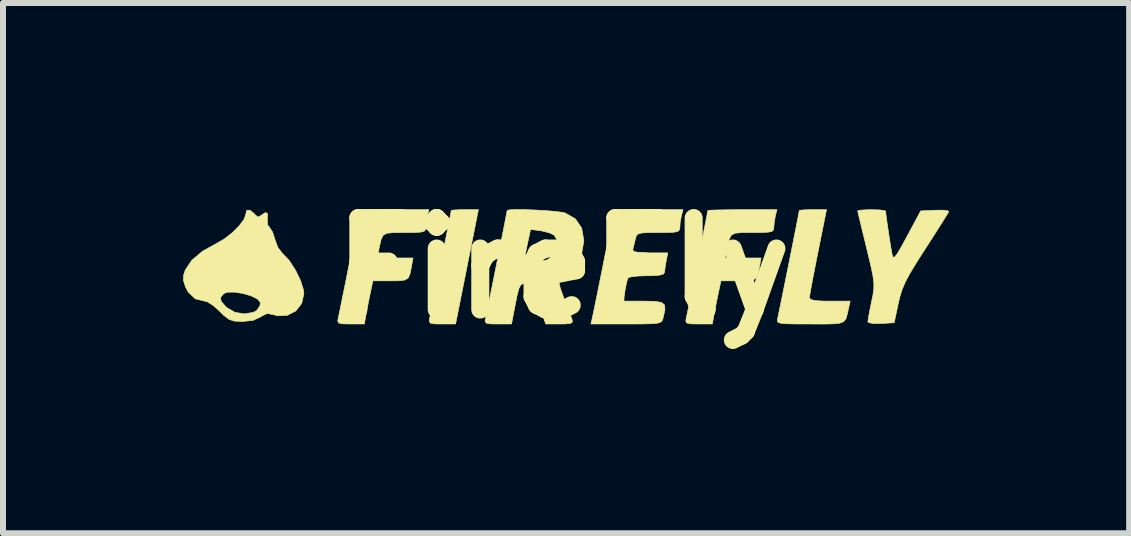
<source format=kicad_pcb>
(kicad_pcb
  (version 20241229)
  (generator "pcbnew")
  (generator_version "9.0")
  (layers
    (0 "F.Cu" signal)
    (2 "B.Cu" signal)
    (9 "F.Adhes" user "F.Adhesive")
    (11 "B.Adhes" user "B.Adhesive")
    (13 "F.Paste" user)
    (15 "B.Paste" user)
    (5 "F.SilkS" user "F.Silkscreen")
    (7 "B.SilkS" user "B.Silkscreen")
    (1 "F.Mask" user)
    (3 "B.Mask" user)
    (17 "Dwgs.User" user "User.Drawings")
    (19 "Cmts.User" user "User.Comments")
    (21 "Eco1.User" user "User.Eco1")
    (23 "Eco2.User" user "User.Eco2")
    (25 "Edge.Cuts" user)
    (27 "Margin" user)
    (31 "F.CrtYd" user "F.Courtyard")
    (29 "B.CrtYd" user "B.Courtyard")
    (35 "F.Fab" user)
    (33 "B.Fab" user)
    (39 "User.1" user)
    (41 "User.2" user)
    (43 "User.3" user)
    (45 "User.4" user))
  (footprint "FireFly"
    (layer "F.Cu")
    (at 6.332 1.418)
    (property "Reference" "FireFly" (at 0 0 0) (layer "F.SilkS") (effects (font (size 1.524 1.524) (thickness 0.3))))
    (attr through_hole)
    (fp_poly (pts (xy -1.6 -0.021) (xy -1.79 0.931) (xy -2.018 0.931) (xy -2.148 0.929) (xy -2.213 0.915) (xy -2.23 0.882) (xy -2.223 0.836) (xy -2.208 0.769) (xy -2.181 0.638) (xy -2.145 0.459) (xy -2.101 0.245) (xy -2.055 0.012) (xy -2.007 -0.225) (xy -1.962 -0.452) (xy -1.922 -0.654) (xy -1.89 -0.816) (xy -1.869 -0.923) (xy -1.863 -0.96) (xy -1.824 -0.968) (xy -1.726 -0.973) (xy -1.636 -0.974) (xy -1.41 -0.974) (xy -1.6 -0.021)) (stroke (width 0.01) (type solid)) (fill yes) (layer "F.SilkS"))
    (fp_poly (pts (xy 4.249 -0.268) (xy 4.202 -0.031) (xy 4.161 0.179) (xy 4.13 0.346) (xy 4.111 0.457) (xy 4.106 0.494) (xy 4.13 0.524) (xy 4.209 0.542) (xy 4.356 0.55) (xy 4.446 0.55) (xy 4.785 0.55) (xy 4.759 0.667) (xy 4.736 0.772) (xy 4.714 0.846) (xy 4.676 0.892) (xy 4.61 0.918) (xy 4.501 0.929) (xy 4.334 0.932) (xy 4.124 0.931) (xy 3.895 0.931) (xy 3.738 0.928) (xy 3.64 0.921) (xy 3.589 0.907) (xy 3.571 0.885) (xy 3.574 0.851) (xy 3.577 0.836) (xy 3.591 0.769) (xy 3.618 0.638) (xy 3.655 0.459) (xy 3.698 0.245) (xy 3.745 0.012) (xy 3.793 -0.225) (xy 3.838 -0.452) (xy 3.878 -0.654) (xy 3.91 -0.816) (xy 3.93 -0.923) (xy 3.937 -0.96) (xy 3.975 -0.968) (xy 4.074 -0.973) (xy 4.164 -0.974) (xy 4.391 -0.974) (xy 4.249 -0.268)) (stroke (width 0.01) (type solid)) (fill yes) (layer "F.SilkS"))
    (fp_poly (pts (xy -2.259 -0.878) (xy -2.281 -0.756) (xy -2.285 -0.688) (xy -2.29 -0.642) (xy -2.316 -0.613) (xy -2.379 -0.599) (xy -2.496 -0.593) (xy -2.643 -0.593) (xy -2.82 -0.592) (xy -2.931 -0.582) (xy -2.995 -0.55) (xy -3.03 -0.483) (xy -3.057 -0.368) (xy -3.069 -0.307) (xy -3.097 -0.169) (xy -2.5 -0.169) (xy -2.524 -0.032) (xy -2.548 0.093) (xy -2.58 0.166) (xy -2.641 0.2) (xy -2.751 0.211) (xy -2.874 0.212) (xy -3.168 0.212) (xy -3.211 0.413) (xy -3.244 0.574) (xy -3.275 0.732) (xy -3.282 0.773) (xy -3.311 0.931) (xy -3.54 0.931) (xy -3.671 0.929) (xy -3.736 0.915) (xy -3.754 0.882) (xy -3.747 0.836) (xy -3.732 0.769) (xy -3.705 0.638) (xy -3.669 0.459) (xy -3.625 0.245) (xy -3.579 0.012) (xy -3.531 -0.225) (xy -3.486 -0.452) (xy -3.446 -0.654) (xy -3.414 -0.816) (xy -3.393 -0.923) (xy -3.387 -0.96) (xy -3.347 -0.965) (xy -3.238 -0.969) (xy -3.075 -0.972) (xy -2.873 -0.974) (xy -2.81 -0.974) (xy -2.234 -0.974) (xy -2.259 -0.878)) (stroke (width 0.01) (type solid)) (fill yes) (layer "F.SilkS"))
    (fp_poly (pts (xy 3.54 -0.878) (xy 3.519 -0.756) (xy 3.514 -0.688) (xy 3.509 -0.642) (xy 3.484 -0.613) (xy 3.42 -0.599) (xy 3.303 -0.593) (xy 3.157 -0.593) (xy 2.98 -0.592) (xy 2.869 -0.582) (xy 2.805 -0.55) (xy 2.769 -0.483) (xy 2.743 -0.368) (xy 2.73 -0.307) (xy 2.703 -0.169) (xy 3.3 -0.169) (xy 3.276 -0.032) (xy 3.252 0.093) (xy 3.22 0.166) (xy 3.159 0.2) (xy 3.049 0.211) (xy 2.926 0.212) (xy 2.632 0.212) (xy 2.589 0.413) (xy 2.556 0.574) (xy 2.525 0.732) (xy 2.517 0.773) (xy 2.488 0.931) (xy 2.259 0.931) (xy 2.128 0.929) (xy 2.063 0.915) (xy 2.046 0.882) (xy 2.053 0.836) (xy 2.067 0.769) (xy 2.094 0.638) (xy 2.131 0.459) (xy 2.174 0.245) (xy 2.221 0.012) (xy 2.269 -0.225) (xy 2.314 -0.452) (xy 2.354 -0.654) (xy 2.386 -0.816) (xy 2.406 -0.923) (xy 2.413 -0.96) (xy 2.453 -0.965) (xy 2.562 -0.969) (xy 2.725 -0.972) (xy 2.926 -0.974) (xy 2.989 -0.974) (xy 3.566 -0.974) (xy 3.54 -0.878)) (stroke (width 0.01) (type solid)) (fill yes) (layer "F.SilkS"))
    (fp_poly (pts (xy 5.271 -0.97) (xy 5.356 -0.96) (xy 5.376 -0.95) (xy 5.382 -0.89) (xy 5.398 -0.773) (xy 5.42 -0.622) (xy 5.444 -0.464) (xy 5.467 -0.324) (xy 5.484 -0.228) (xy 5.487 -0.214) (xy 5.502 -0.18) (xy 5.528 -0.187) (xy 5.573 -0.245) (xy 5.642 -0.363) (xy 5.734 -0.532) (xy 5.96 -0.953) (xy 6.201 -0.965) (xy 6.328 -0.966) (xy 6.41 -0.956) (xy 6.428 -0.941) (xy 6.401 -0.895) (xy 6.336 -0.79) (xy 6.241 -0.64) (xy 6.124 -0.457) (xy 6.035 -0.319) (xy 5.887 -0.088) (xy 5.779 0.091) (xy 5.703 0.234) (xy 5.65 0.359) (xy 5.612 0.482) (xy 5.587 0.588) (xy 5.519 0.91) (xy 5.299 0.923) (xy 5.172 0.923) (xy 5.094 0.909) (xy 5.08 0.894) (xy 5.088 0.834) (xy 5.11 0.716) (xy 5.14 0.566) (xy 5.142 0.556) (xy 5.166 0.439) (xy 5.179 0.342) (xy 5.18 0.249) (xy 5.166 0.139) (xy 5.137 -0.006) (xy 5.09 -0.204) (xy 5.058 -0.338) (xy 5.006 -0.551) (xy 4.962 -0.733) (xy 4.929 -0.869) (xy 4.912 -0.945) (xy 4.911 -0.955) (xy 4.949 -0.965) (xy 5.048 -0.972) (xy 5.144 -0.974) (xy 5.271 -0.97)) (stroke (width 0.01) (type solid)) (fill yes) (layer "F.SilkS"))
    (fp_poly (pts (xy 1.974 -0.878) (xy 1.952 -0.756) (xy 1.948 -0.688) (xy 1.943 -0.642) (xy 1.917 -0.614) (xy 1.855 -0.599) (xy 1.738 -0.593) (xy 1.588 -0.593) (xy 1.414 -0.592) (xy 1.307 -0.585) (xy 1.248 -0.568) (xy 1.219 -0.533) (xy 1.204 -0.478) (xy 1.204 -0.476) (xy 1.179 -0.371) (xy 1.162 -0.307) (xy 1.178 -0.278) (xy 1.255 -0.261) (xy 1.403 -0.254) (xy 1.446 -0.254) (xy 1.746 -0.254) (xy 1.72 -0.122) (xy 1.701 -0.01) (xy 1.693 0.069) (xy 1.67 0.101) (xy 1.593 0.12) (xy 1.448 0.127) (xy 1.399 0.127) (xy 1.25 0.132) (xy 1.137 0.144) (xy 1.084 0.162) (xy 1.084 0.163) (xy 1.063 0.224) (xy 1.04 0.334) (xy 1.033 0.374) (xy 1.005 0.55) (xy 1.349 0.55) (xy 1.532 0.554) (xy 1.642 0.572) (xy 1.694 0.617) (xy 1.698 0.698) (xy 1.668 0.829) (xy 1.667 0.836) (xy 1.653 0.874) (xy 1.628 0.9) (xy 1.576 0.917) (xy 1.486 0.926) (xy 1.342 0.93) (xy 1.131 0.931) (xy 1.053 0.931) (xy 0.464 0.931) (xy 0.487 0.836) (xy 0.501 0.769) (xy 0.528 0.638) (xy 0.565 0.459) (xy 0.608 0.245) (xy 0.655 0.012) (xy 0.702 -0.225) (xy 0.748 -0.452) (xy 0.788 -0.654) (xy 0.819 -0.816) (xy 0.84 -0.923) (xy 0.847 -0.96) (xy 0.886 -0.965) (xy 0.996 -0.969) (xy 1.159 -0.972) (xy 1.36 -0.974) (xy 1.423 -0.974) (xy 2 -0.974) (xy 1.974 -0.878)) (stroke (width 0.01) (type solid)) (fill yes) (layer "F.SilkS"))
    (fp_poly (pts (xy -5.151 -0.913) (xy -5.14 -0.9) (xy -5.087 -0.851) (xy -5.035 -0.875) (xy -5.032 -0.878) (xy -4.958 -0.928) (xy -4.921 -0.905) (xy -4.927 -0.83) (xy -4.923 -0.722) (xy -4.89 -0.678) (xy -4.841 -0.603) (xy -4.803 -0.489) (xy -4.799 -0.473) (xy -4.751 -0.343) (xy -4.673 -0.242) (xy -4.67 -0.24) (xy -4.562 -0.126) (xy -4.458 0.034) (xy -4.373 0.209) (xy -4.324 0.367) (xy -4.318 0.426) (xy -4.355 0.589) (xy -4.453 0.714) (xy -4.593 0.786) (xy -4.756 0.794) (xy -4.826 0.775) (xy -4.929 0.756) (xy -5.02 0.799) (xy -5.035 0.811) (xy -5.168 0.872) (xy -5.345 0.889) (xy -5.477 0.883) (xy -5.569 0.852) (xy -5.659 0.782) (xy -5.72 0.72) (xy -5.826 0.625) (xy -5.924 0.563) (xy -5.97 0.55) (xy -6.127 0.512) (xy -6.152 0.488) (xy -5.706 0.488) (xy -5.697 0.553) (xy -5.622 0.64) (xy -5.603 0.658) (xy -5.468 0.736) (xy -5.308 0.763) (xy -5.158 0.736) (xy -5.105 0.706) (xy -5.05 0.628) (xy -5.044 0.569) (xy -5.093 0.513) (xy -5.199 0.462) (xy -5.337 0.422) (xy -5.477 0.4) (xy -5.595 0.402) (xy -5.653 0.425) (xy -5.706 0.488) (xy -6.152 0.488) (xy -6.246 0.399) (xy -6.291 0.314) (xy -6.327 0.2) (xy -6.32 0.105) (xy -6.292 0.027) (xy -6.185 -0.132) (xy -6.007 -0.282) (xy -5.773 -0.412) (xy -5.642 -0.488) (xy -5.509 -0.592) (xy -5.394 -0.707) (xy -5.314 -0.815) (xy -5.286 -0.896) (xy -5.286 -0.9) (xy -5.272 -0.962) (xy -5.219 -0.966) (xy -5.151 -0.913)) (stroke (width 0.01) (type solid)) (fill yes) (layer "F.SilkS"))
    (fp_poly (pts (xy -0.642 -0.975) (xy -0.472 -0.969) (xy -0.297 -0.959) (xy -0.139 -0.946) (xy -0.017 -0.931) (xy 0.038 -0.918) (xy 0.207 -0.82) (xy 0.31 -0.669) (xy 0.346 -0.468) (xy 0.346 -0.449) (xy 0.309 -0.233) (xy 0.216 -0.041) (xy 0.08 0.107) (xy -0.054 0.18) (xy -0.07 0.222) (xy -0.048 0.326) (xy 0.01 0.49) (xy 0.07 0.644) (xy 0.12 0.774) (xy 0.15 0.854) (xy 0.151 0.857) (xy 0.157 0.9) (xy 0.122 0.922) (xy 0.029 0.93) (xy -0.055 0.931) (xy -0.289 0.931) (xy -0.402 0.593) (xy -0.461 0.425) (xy -0.506 0.323) (xy -0.548 0.272) (xy -0.597 0.255) (xy -0.614 0.254) (xy -0.668 0.259) (xy -0.706 0.283) (xy -0.735 0.341) (xy -0.764 0.45) (xy -0.799 0.623) (xy -0.807 0.667) (xy -0.858 0.931) (xy -1.086 0.931) (xy -1.217 0.929) (xy -1.281 0.915) (xy -1.299 0.882) (xy -1.291 0.836) (xy -1.277 0.769) (xy -1.25 0.638) (xy -1.213 0.459) (xy -1.17 0.245) (xy -1.123 0.012) (xy -1.09 -0.151) (xy -0.633 -0.151) (xy -0.611 -0.1) (xy -0.55 -0.087) (xy -0.443 -0.095) (xy -0.436 -0.096) (xy -0.262 -0.138) (xy -0.16 -0.212) (xy -0.097 -0.336) (xy -0.093 -0.459) (xy -0.147 -0.549) (xy -0.228 -0.588) (xy -0.349 -0.619) (xy -0.375 -0.623) (xy -0.541 -0.645) (xy -0.588 -0.426) (xy -0.623 -0.255) (xy -0.633 -0.151) (xy -1.09 -0.151) (xy -1.076 -0.225) (xy -1.03 -0.452) (xy -0.99 -0.654) (xy -0.959 -0.816) (xy -0.938 -0.923) (xy -0.931 -0.96) (xy -0.893 -0.971) (xy -0.79 -0.976) (xy -0.642 -0.975)) (stroke (width 0.01) (type solid)) (fill yes) (layer "F.SilkS")))
  (gr_rect
    (start -3 -3)
    (end 15.766 5.836)
    (stroke (width 0.1) (type default))
    (fill no)
    (layer "Edge.Cuts")))
</source>
